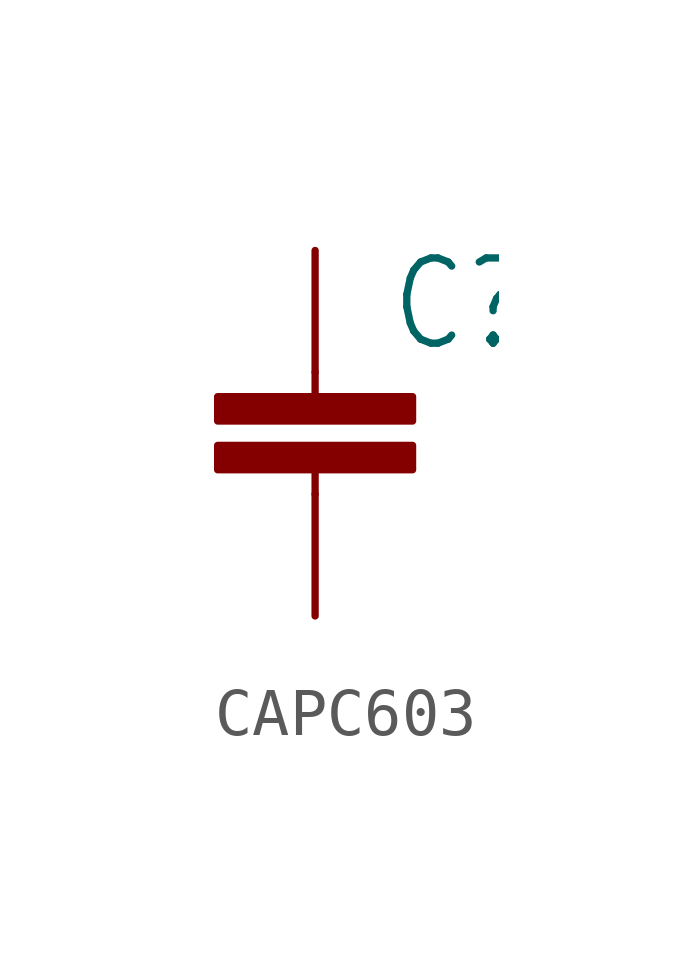
<source format=kicad_sym>
(kicad_symbol_lib
  (version 20220914)
  (generator kicad_symbol_editor)
  (symbol "CAPC603"
    (property "Reference" "C"
      (at 1.524 2.921 0)
      (effects (font (size 1.778 1.511)) (justify left bottom)))
    (property "Value" ""
      (at 1.524 -2.159 0)
      (effects (font (size 1.778 1.511)) (justify left bottom)))
    (property "ki_locked" ""
      (at 0 0 0)
      (effects (font (size 1.27 1.27))))
    (symbol "CAPC603_1_0"
      (rectangle (start -2.032 0.508) (end 2.032 1.016) (stroke (width 0) (type default)) (fill (type outline)))
      (rectangle (start -2.032 1.524) (end 2.032 2.032) (stroke (width 0) (type default)) (fill (type outline)))
      (polyline (pts (xy 0 0) (xy 0 0.508)) (stroke (width 0.152) (type solid)) (fill (type none)))
      (polyline (pts (xy 0 2.54) (xy 0 2.032)) (stroke (width 0.152) (type solid)) (fill (type none)))
      (pin passive line (at 0 5.08 270) (length 2.54) (name "1" (effects (font (size 0 0)))) (number "1" (effects (font (size 0 0)))))
      (pin passive line (at 0 -2.54 90) (length 2.54) (name "2" (effects (font (size 0 0)))) (number "2" (effects (font (size 0 0))))))))
</source>
